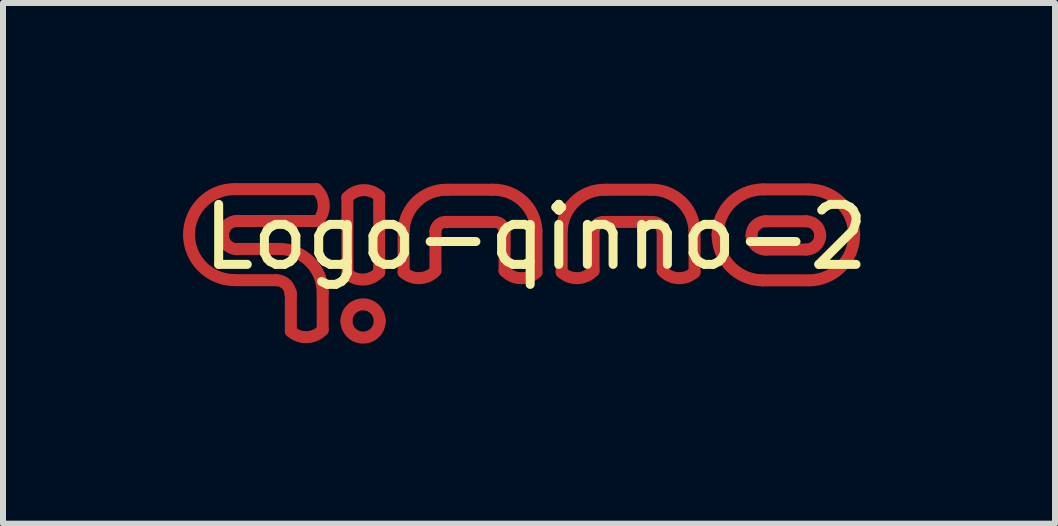
<source format=kicad_pcb>
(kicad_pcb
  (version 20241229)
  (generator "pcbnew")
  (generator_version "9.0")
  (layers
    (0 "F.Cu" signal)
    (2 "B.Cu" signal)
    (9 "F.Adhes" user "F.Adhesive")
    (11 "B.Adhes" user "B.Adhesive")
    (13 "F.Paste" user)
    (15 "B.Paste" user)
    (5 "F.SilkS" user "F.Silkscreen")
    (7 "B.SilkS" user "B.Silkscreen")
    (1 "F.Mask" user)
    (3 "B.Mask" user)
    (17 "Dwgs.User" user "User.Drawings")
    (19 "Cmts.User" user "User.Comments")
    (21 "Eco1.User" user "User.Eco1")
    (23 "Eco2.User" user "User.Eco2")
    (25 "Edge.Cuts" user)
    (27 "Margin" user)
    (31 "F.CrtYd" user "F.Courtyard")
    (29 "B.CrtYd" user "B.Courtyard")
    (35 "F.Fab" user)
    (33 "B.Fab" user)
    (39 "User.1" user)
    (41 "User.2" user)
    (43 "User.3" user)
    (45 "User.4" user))
  (footprint "Logo-qinno-2"
    (layer "F.Cu")
    (at 5.879 1.4)
    (property "Reference" "Logo-qinno-2" (at 0 -0.5 0) (unlocked yes) (layer "F.SilkS") (effects (font (size 1 1) (thickness 0.15))))
    (attr exclude_from_pos_files exclude_from_bom)
    (fp_line (start -5.022 0.219) (end -4.325 0.219) (stroke (width 0.2) (type solid)) (layer "F.Cu"))
    (fp_line (start -5.011 -1.299) (end -3.657 -1.299) (stroke (width 0.2) (type solid)) (layer "F.Cu"))
    (fp_line (start -4.988 -0.302) (end -4.277 -0.302) (stroke (width 0.2) (type solid)) (layer "F.Cu"))
    (fp_line (start -4.988 -0.768) (end -3.633 -0.768) (stroke (width 0.2) (type solid)) (layer "F.Cu"))
    (fp_line (start -4.083 1.07) (end -4.083 0.423) (stroke (width 0.2) (type solid)) (layer "F.Cu"))
    (fp_line (start -3.553 1.046) (end -3.553 0.423) (stroke (width 0.2) (type solid)) (layer "F.Cu"))
    (fp_line (start -3.141 0.11) (end -3.141 -1.16) (stroke (width 0.2) (type solid)) (layer "F.Cu"))
    (fp_line (start -2.611 0.086) (end -2.611 -1.183) (stroke (width 0.2) (type solid)) (layer "F.Cu"))
    (fp_line (start -2.204 0.087) (end -2.204 -0.602) (stroke (width 0.2) (type solid)) (layer "F.Cu"))
    (fp_line (start -1.674 0.063) (end -1.674 -0.602) (stroke (width 0.2) (type solid)) (layer "F.Cu"))
    (fp_line (start -1.49 -0.752) (end -0.705 -0.752) (stroke (width 0.2) (type solid)) (layer "F.Cu"))
    (fp_line (start -1.465 -1.289) (end -0.731 -1.289) (stroke (width 0.2) (type solid)) (layer "F.Cu"))
    (fp_line (start -0.522 0.063) (end -0.522 -0.602) (stroke (width 0.2) (type solid)) (layer "F.Cu"))
    (fp_line (start 0.009 0.087) (end 0.009 -0.602) (stroke (width 0.2) (type solid)) (layer "F.Cu"))
    (fp_line (start 0.429 0.086) (end 0.429 -0.602) (stroke (width 0.2) (type solid)) (layer "F.Cu"))
    (fp_line (start 0.96 0.063) (end 0.96 -0.602) (stroke (width 0.2) (type solid)) (layer "F.Cu"))
    (fp_line (start 1.144 -0.752) (end 1.928 -0.752) (stroke (width 0.2) (type solid)) (layer "F.Cu"))
    (fp_line (start 1.169 -1.289) (end 1.903 -1.289) (stroke (width 0.2) (type solid)) (layer "F.Cu"))
    (fp_line (start 2.112 0.063) (end 2.112 -0.602) (stroke (width 0.2) (type solid)) (layer "F.Cu"))
    (fp_line (start 2.643 0.086) (end 2.643 -0.602) (stroke (width 0.2) (type solid)) (layer "F.Cu"))
    (fp_line (start 3.785 0.221) (end 4.521 0.221) (stroke (width 0.2) (type solid)) (layer "F.Cu"))
    (fp_line (start 3.795 -1.294) (end 4.532 -1.294) (stroke (width 0.2) (type solid)) (layer "F.Cu"))
    (fp_line (start 3.828 -0.763) (end 4.501 -0.763) (stroke (width 0.2) (type solid)) (layer "F.Cu"))
    (fp_line (start 3.828 -0.292) (end 4.501 -0.292) (stroke (width 0.2) (type solid)) (layer "F.Cu"))
    (fp_arc (start -5.779341 -0.541426) (mid -5.557494 -1.077012) (end -5.021908 -1.298859) (stroke (width 0.2) (type solid)) (layer "F.Cu"))
    (fp_arc (start -5.214435 -0.53294) (mid -5.145446 -0.699493) (end -4.978893 -0.768481) (stroke (width 0.2) (type solid)) (layer "F.Cu"))
    (fp_arc (start -5.021908 0.216007) (mid -5.557494 -0.00584) (end -5.779341 -0.541426) (stroke (width 0.2) (type solid)) (layer "F.Cu"))
    (fp_arc (start -4.978909 -0.297398) (mid -5.145462 -0.366387) (end -5.214451 -0.53294) (stroke (width 0.2) (type solid)) (layer "F.Cu"))
    (fp_arc (start -4.325268 0.218654) (mid -4.158715 0.287643) (end -4.089726 0.454196) (stroke (width 0.2) (type solid)) (layer "F.Cu"))
    (fp_arc (start -4.277206 -0.302038) (mid -3.764789 -0.089788) (end -3.552539 0.422629) (stroke (width 0.2) (type solid)) (layer "F.Cu"))
    (fp_arc (start -3.656833 -1.298785) (mid -3.535218 -1.038415) (end -3.633333 -0.768311) (stroke (width 0.2) (type solid)) (layer "F.Cu"))
    (fp_arc (start -3.552539 1.046145) (mid -3.812909 1.16776) (end -4.083013 1.069645) (stroke (width 0.2) (type solid)) (layer "F.Cu"))
    (fp_arc (start -3.156276 0.898013) (mid -2.879284 0.621021) (end -2.602292 0.898013) (stroke (width 0.2) (type solid)) (layer "F.Cu"))
    (fp_arc (start -3.141102 -1.159982) (mid -2.880733 -1.281597) (end -2.610629 -1.183482) (stroke (width 0.2) (type solid)) (layer "F.Cu"))
    (fp_arc (start -2.610631 0.086015) (mid -2.871001 0.20763) (end -3.141105 0.109515) (stroke (width 0.2) (type solid)) (layer "F.Cu"))
    (fp_arc (start -2.602292 0.898013) (mid -2.879284 1.175005) (end -3.156276 0.898013) (stroke (width 0.2) (type solid)) (layer "F.Cu"))
    (fp_arc (start -2.204345 -0.602228) (mid -1.97681 -1.098495) (end -1.465005 -1.288518) (stroke (width 0.2) (type solid)) (layer "F.Cu"))
    (fp_arc (start -1.673871 -0.601989) (mid -1.613 -0.714879) (end -1.490133 -0.751662) (stroke (width 0.2) (type solid)) (layer "F.Cu"))
    (fp_arc (start -1.673871 0.063016) (mid -1.934241 0.184631) (end -2.204345 0.086516) (stroke (width 0.2) (type solid)) (layer "F.Cu"))
    (fp_arc (start -0.730571 -1.288518) (mid -0.218766 -1.098495) (end 0.008769 -0.602228) (stroke (width 0.2) (type solid)) (layer "F.Cu"))
    (fp_arc (start -0.705443 -0.751662) (mid -0.582575 -0.714879) (end -0.521705 -0.601989) (stroke (width 0.2) (type solid)) (layer "F.Cu"))
    (fp_arc (start 0.008769 0.086516) (mid -0.261335 0.184631) (end -0.521705 0.063016) (stroke (width 0.2) (type solid)) (layer "F.Cu"))
    (fp_arc (start 0.42948 -0.602259) (mid 0.657015 -1.098526) (end 1.16882 -1.288549) (stroke (width 0.2) (type solid)) (layer "F.Cu"))
    (fp_arc (start 0.959954 -0.60202) (mid 1.020825 -0.714909) (end 1.143692 -0.751692) (stroke (width 0.2) (type solid)) (layer "F.Cu"))
    (fp_arc (start 0.959954 0.062985) (mid 0.699584 0.1846) (end 0.42948 0.086485) (stroke (width 0.2) (type solid)) (layer "F.Cu"))
    (fp_arc (start 1.903254 -1.288549) (mid 2.415059 -1.098526) (end 2.642594 -0.602259) (stroke (width 0.2) (type solid)) (layer "F.Cu"))
    (fp_arc (start 1.928382 -0.751692) (mid 2.051249 -0.714909) (end 2.11212 -0.60202) (stroke (width 0.2) (type solid)) (layer "F.Cu"))
    (fp_arc (start 2.642594 0.086485) (mid 2.37249 0.1846) (end 2.11212 0.062985) (stroke (width 0.2) (type solid)) (layer "F.Cu"))
    (fp_arc (start 3.027328 -0.536376) (mid 3.249175 -1.071962) (end 3.784761 -1.293809) (stroke (width 0.2) (type solid)) (layer "F.Cu"))
    (fp_arc (start 3.592234 -0.52789) (mid 3.661223 -0.694443) (end 3.827776 -0.763432) (stroke (width 0.2) (type solid)) (layer "F.Cu"))
    (fp_arc (start 3.784761 0.221057) (mid 3.249175 -0.00079) (end 3.027328 -0.536376) (stroke (width 0.2) (type solid)) (layer "F.Cu"))
    (fp_arc (start 3.827776 -0.292348) (mid 3.661223 -0.361337) (end 3.592234 -0.52789) (stroke (width 0.2) (type solid)) (layer "F.Cu"))
    (fp_arc (start 4.501399 -0.762642) (mid 4.667952 -0.693653) (end 4.736941 -0.5271) (stroke (width 0.2) (type solid)) (layer "F.Cu"))
    (fp_arc (start 4.544414 -1.293019) (mid 5.08 -1.071172) (end 5.301847 -0.535586) (stroke (width 0.2) (type solid)) (layer "F.Cu"))
    (fp_arc (start 4.736941 -0.5271) (mid 4.667952 -0.360547) (end 4.501399 -0.291558) (stroke (width 0.2) (type solid)) (layer "F.Cu"))
    (fp_arc (start 5.301847 -0.535586) (mid 5.08 0) (end 4.544414 0.221847) (stroke (width 0.2) (type solid)) (layer "F.Cu"))
    (fp_line (start -5.015 0.218) (end -4.318 0.218) (stroke (width 0.2) (type solid)) (layer "F.Mask"))
    (fp_line (start -5.004 -1.3) (end -3.65 -1.3) (stroke (width 0.2) (type solid)) (layer "F.Mask"))
    (fp_line (start -4.981 -0.303) (end -4.27 -0.303) (stroke (width 0.2) (type solid)) (layer "F.Mask"))
    (fp_line (start -4.981 -0.769) (end -3.626 -0.769) (stroke (width 0.2) (type solid)) (layer "F.Mask"))
    (fp_line (start -4.076 1.069) (end -4.076 0.422) (stroke (width 0.2) (type solid)) (layer "F.Mask"))
    (fp_line (start -3.546 1.045) (end -3.546 0.422) (stroke (width 0.2) (type solid)) (layer "F.Mask"))
    (fp_line (start -3.134 0.109) (end -3.134 -1.161) (stroke (width 0.2) (type solid)) (layer "F.Mask"))
    (fp_line (start -2.604 0.085) (end -2.604 -1.184) (stroke (width 0.2) (type solid)) (layer "F.Mask"))
    (fp_line (start -2.197 0.086) (end -2.197 -0.603) (stroke (width 0.2) (type solid)) (layer "F.Mask"))
    (fp_line (start -1.667 0.062) (end -1.667 -0.603) (stroke (width 0.2) (type solid)) (layer "F.Mask"))
    (fp_line (start -1.483 -0.752) (end -0.699 -0.752) (stroke (width 0.2) (type solid)) (layer "F.Mask"))
    (fp_line (start -1.458 -1.289) (end -0.724 -1.289) (stroke (width 0.2) (type solid)) (layer "F.Mask"))
    (fp_line (start -0.515 0.062) (end -0.515 -0.603) (stroke (width 0.2) (type solid)) (layer "F.Mask"))
    (fp_line (start 0.016 0.086) (end 0.016 -0.603) (stroke (width 0.2) (type solid)) (layer "F.Mask"))
    (fp_line (start 0.436 0.086) (end 0.436 -0.603) (stroke (width 0.2) (type solid)) (layer "F.Mask"))
    (fp_line (start 0.967 0.062) (end 0.967 -0.603) (stroke (width 0.2) (type solid)) (layer "F.Mask"))
    (fp_line (start 1.151 -0.752) (end 1.935 -0.752) (stroke (width 0.2) (type solid)) (layer "F.Mask"))
    (fp_line (start 1.176 -1.289) (end 1.91 -1.289) (stroke (width 0.2) (type solid)) (layer "F.Mask"))
    (fp_line (start 2.119 0.062) (end 2.119 -0.603) (stroke (width 0.2) (type solid)) (layer "F.Mask"))
    (fp_line (start 2.65 0.086) (end 2.65 -0.603) (stroke (width 0.2) (type solid)) (layer "F.Mask"))
    (fp_line (start 3.792 0.22) (end 4.528 0.22) (stroke (width 0.2) (type solid)) (layer "F.Mask"))
    (fp_line (start 3.802 -1.295) (end 4.539 -1.295) (stroke (width 0.2) (type solid)) (layer "F.Mask"))
    (fp_line (start 3.835 -0.764) (end 4.508 -0.764) (stroke (width 0.2) (type solid)) (layer "F.Mask"))
    (fp_line (start 3.835 -0.293) (end 4.508 -0.293) (stroke (width 0.2) (type solid)) (layer "F.Mask"))
    (fp_arc (start -5.772432 -0.542195) (mid -5.550585 -1.077781) (end -5.014999 -1.299628) (stroke (width 0.2) (type solid)) (layer "F.Mask"))
    (fp_arc (start -5.207526 -0.533709) (mid -5.138537 -0.700261) (end -4.971984 -0.76925) (stroke (width 0.2) (type solid)) (layer "F.Mask"))
    (fp_arc (start -5.014999 0.215238) (mid -5.550585 -0.006609) (end -5.772432 -0.542195) (stroke (width 0.2) (type solid)) (layer "F.Mask"))
    (fp_arc (start -4.972 -0.298167) (mid -5.138553 -0.367156) (end -5.207542 -0.533709) (stroke (width 0.2) (type solid)) (layer "F.Mask"))
    (fp_arc (start -4.318359 0.217885) (mid -4.151806 0.286874) (end -4.082817 0.453427) (stroke (width 0.2) (type solid)) (layer "F.Mask"))
    (fp_arc (start -4.270297 -0.302807) (mid -3.75788 -0.090557) (end -3.54563 0.42186) (stroke (width 0.2) (type solid)) (layer "F.Mask"))
    (fp_arc (start -3.649924 -1.299554) (mid -3.528309 -1.039184) (end -3.626424 -0.76908) (stroke (width 0.2) (type solid)) (layer "F.Mask"))
    (fp_arc (start -3.54563 1.045376) (mid -3.806 1.166991) (end -4.076104 1.068876) (stroke (width 0.2) (type solid)) (layer "F.Mask"))
    (fp_arc (start -3.149367 0.897244) (mid -2.872375 0.620252) (end -2.595383 0.897244) (stroke (width 0.2) (type solid)) (layer "F.Mask"))
    (fp_arc (start -3.134193 -1.160751) (mid -2.873823 -1.282365) (end -2.60372 -1.184251) (stroke (width 0.2) (type solid)) (layer "F.Mask"))
    (fp_arc (start -2.603722 0.085246) (mid -2.864092 0.206861) (end -3.134196 0.108746) (stroke (width 0.2) (type solid)) (layer "F.Mask"))
    (fp_arc (start -2.595383 0.897244) (mid -2.872375 1.174236) (end -3.149367 0.897244) (stroke (width 0.2) (type solid)) (layer "F.Mask"))
    (fp_arc (start -2.197436 -0.602997) (mid -1.969901 -1.099264) (end -1.458096 -1.289287) (stroke (width 0.2) (type solid)) (layer "F.Mask"))
    (fp_arc (start -1.666962 -0.602758) (mid -1.606091 -0.715647) (end -1.483224 -0.752431) (stroke (width 0.2) (type solid)) (layer "F.Mask"))
    (fp_arc (start -1.666962 0.062247) (mid -1.927332 0.183862) (end -2.197436 0.085747) (stroke (width 0.2) (type solid)) (layer "F.Mask"))
    (fp_arc (start -0.723662 -1.289287) (mid -0.211857 -1.099264) (end 0.015678 -0.602997) (stroke (width 0.2) (type solid)) (layer "F.Mask"))
    (fp_arc (start -0.698534 -0.752431) (mid -0.575667 -0.715648) (end -0.514796 -0.602758) (stroke (width 0.2) (type solid)) (layer "F.Mask"))
    (fp_arc (start 0.015678 0.085747) (mid -0.254426 0.183862) (end -0.514796 0.062247) (stroke (width 0.2) (type solid)) (layer "F.Mask"))
    (fp_arc (start 0.436389 -0.603028) (mid 0.663924 -1.099295) (end 1.175729 -1.289318) (stroke (width 0.2) (type solid)) (layer "F.Mask"))
    (fp_arc (start 0.966863 -0.602789) (mid 1.027734 -0.715678) (end 1.150601 -0.752461) (stroke (width 0.2) (type solid)) (layer "F.Mask"))
    (fp_arc (start 0.966863 0.062216) (mid 0.706493 0.183831) (end 0.436389 0.085716) (stroke (width 0.2) (type solid)) (layer "F.Mask"))
    (fp_arc (start 1.910163 -1.289318) (mid 2.421968 -1.099295) (end 2.649503 -0.603028) (stroke (width 0.2) (type solid)) (layer "F.Mask"))
    (fp_arc (start 1.935291 -0.752461) (mid 2.058158 -0.715678) (end 2.119029 -0.602789) (stroke (width 0.2) (type solid)) (layer "F.Mask"))
    (fp_arc (start 2.649503 0.085716) (mid 2.379399 0.183831) (end 2.119029 0.062216) (stroke (width 0.2) (type solid)) (layer "F.Mask"))
    (fp_arc (start 3.034237 -0.537145) (mid 3.256084 -1.072731) (end 3.79167 -1.294578) (stroke (width 0.2) (type solid)) (layer "F.Mask"))
    (fp_arc (start 3.599143 -0.528659) (mid 3.668132 -0.695212) (end 3.834685 -0.764201) (stroke (width 0.2) (type solid)) (layer "F.Mask"))
    (fp_arc (start 3.79167 0.220288) (mid 3.256084 -0.001559) (end 3.034237 -0.537145) (stroke (width 0.2) (type solid)) (layer "F.Mask"))
    (fp_arc (start 3.834685 -0.293117) (mid 3.668132 -0.362106) (end 3.599143 -0.528659) (stroke (width 0.2) (type solid)) (layer "F.Mask"))
    (fp_arc (start 4.508308 -0.763411) (mid 4.674861 -0.694422) (end 4.74385 -0.527869) (stroke (width 0.2) (type solid)) (layer "F.Mask"))
    (fp_arc (start 4.551323 -1.293788) (mid 5.086909 -1.071941) (end 5.308756 -0.536355) (stroke (width 0.2) (type solid)) (layer "F.Mask"))
    (fp_arc (start 4.74385 -0.527869) (mid 4.674861 -0.361316) (end 4.508308 -0.292327) (stroke (width 0.2) (type solid)) (layer "F.Mask"))
    (fp_arc (start 5.308756 -0.536355) (mid 5.086909 -0.000769) (end 4.551323 0.221078) (stroke (width 0.2) (type solid)) (layer "F.Mask")))
  (gr_rect
    (start -3 -3)
    (end 14.528 5.675)
    (stroke (width 0.1) (type default))
    (fill no)
    (layer "Edge.Cuts")))
</source>
